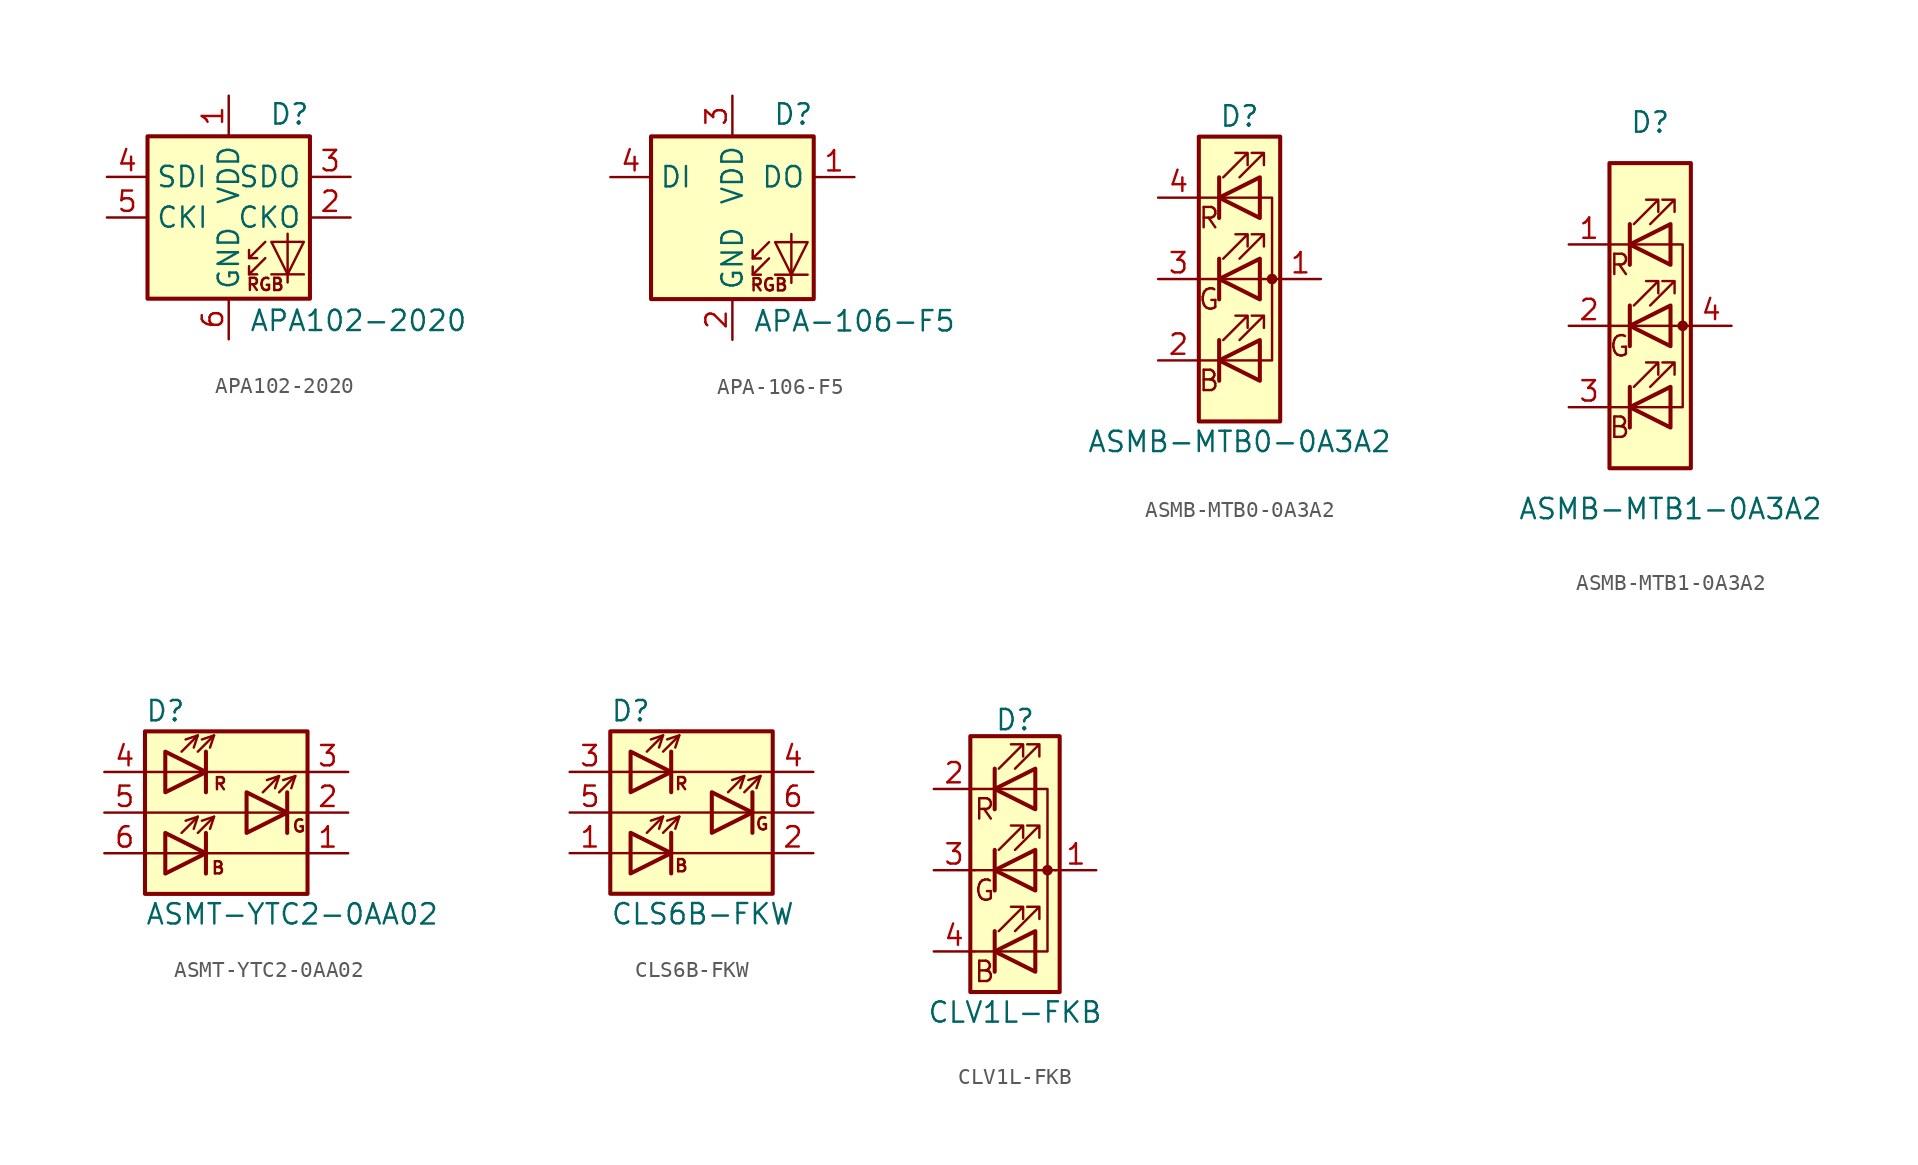
<source format=kicad_sym>
(kicad_symbol_lib
  (version 20201005)
  (generator kicad_symbol_editor)
  (symbol "LED:APA102-2020"
    (property "Reference" "D"
      (at 5.08 5.715 0)
      (effects (font (size 1.27 1.27)) (justify right bottom)))
    (property "Value" "APA102-2020"
      (at 1.27 -5.715 0)
      (effects (font (size 1.27 1.27)) (justify left top)))
    (symbol "APA102-2020_0_0"
      (text "RGB" (at 2.286 -4.191 0) (effects (font (size 0.762 0.762)))))
    (symbol "APA102-2020_0_1"
      (rectangle (start 5.08 5.08) (end -5.08 -5.08) (stroke (width 0.254)) (fill (type background)))
      (polyline (pts (xy 1.27 -3.556) (xy 1.778 -3.556)) (stroke (width 0)) (fill (type none)))
      (polyline (pts (xy 1.27 -2.54) (xy 1.778 -2.54)) (stroke (width 0)) (fill (type none)))
      (polyline (pts (xy 4.699 -3.556) (xy 2.667 -3.556)) (stroke (width 0)) (fill (type none)))
      (polyline (pts (xy 2.286 -2.54) (xy 1.27 -3.556) (xy 1.27 -3.048)) (stroke (width 0)) (fill (type none)))
      (polyline (pts (xy 2.286 -1.524) (xy 1.27 -2.54) (xy 1.27 -2.032)) (stroke (width 0)) (fill (type none)))
      (polyline (pts (xy 3.683 -1.016) (xy 3.683 -3.556) (xy 3.683 -4.064)) (stroke (width 0)) (fill (type none)))
      (polyline (pts (xy 4.699 -1.524) (xy 2.667 -1.524) (xy 3.683 -3.556) (xy 4.699 -1.524)) (stroke (width 0)) (fill (type none))))
    (symbol "APA102-2020_1_1"
      (pin power_in line (at 0 7.62 270) (length 2.54) (name "VDD" (effects (font (size 1.27 1.27)))) (number "1" (effects (font (size 1.27 1.27)))))
      (pin output line (at 7.62 0 180) (length 2.54) (name "CKO" (effects (font (size 1.27 1.27)))) (number "2" (effects (font (size 1.27 1.27)))))
      (pin output line (at 7.62 2.54 180) (length 2.54) (name "SDO" (effects (font (size 1.27 1.27)))) (number "3" (effects (font (size 1.27 1.27)))))
      (pin input line (at -7.62 2.54 0) (length 2.54) (name "SDI" (effects (font (size 1.27 1.27)))) (number "4" (effects (font (size 1.27 1.27)))))
      (pin input line (at -7.62 0 0) (length 2.54) (name "CKI" (effects (font (size 1.27 1.27)))) (number "5" (effects (font (size 1.27 1.27)))))
      (pin power_in line (at 0 -7.62 90) (length 2.54) (name "GND" (effects (font (size 1.27 1.27)))) (number "6" (effects (font (size 1.27 1.27)))))))
  (symbol "LED:APA-106-F5"
    (property "Reference" "D"
      (at 5.08 5.715 0)
      (effects (font (size 1.27 1.27)) (justify right bottom)))
    (property "Value" "APA-106-F5"
      (at 1.27 -5.715 0)
      (effects (font (size 1.27 1.27)) (justify left top)))
    (symbol "APA-106-F5_0_0"
      (text "RGB" (at 2.286 -4.191 0) (effects (font (size 0.762 0.762)))))
    (symbol "APA-106-F5_0_1"
      (rectangle (start 5.08 5.08) (end -5.08 -5.08) (stroke (width 0.254)) (fill (type background)))
      (polyline (pts (xy 1.27 -3.556) (xy 1.778 -3.556)) (stroke (width 0)) (fill (type none)))
      (polyline (pts (xy 1.27 -2.54) (xy 1.778 -2.54)) (stroke (width 0)) (fill (type none)))
      (polyline (pts (xy 4.699 -3.556) (xy 2.667 -3.556)) (stroke (width 0)) (fill (type none)))
      (polyline (pts (xy 2.286 -2.54) (xy 1.27 -3.556) (xy 1.27 -3.048)) (stroke (width 0)) (fill (type none)))
      (polyline (pts (xy 2.286 -1.524) (xy 1.27 -2.54) (xy 1.27 -2.032)) (stroke (width 0)) (fill (type none)))
      (polyline (pts (xy 3.683 -1.016) (xy 3.683 -3.556) (xy 3.683 -4.064)) (stroke (width 0)) (fill (type none)))
      (polyline (pts (xy 4.699 -1.524) (xy 2.667 -1.524) (xy 3.683 -3.556) (xy 4.699 -1.524)) (stroke (width 0)) (fill (type none))))
    (symbol "APA-106-F5_1_1"
      (pin output line (at 7.62 2.54 180) (length 2.54) (name "DO" (effects (font (size 1.27 1.27)))) (number "1" (effects (font (size 1.27 1.27)))))
      (pin power_in line (at 0 -7.62 90) (length 2.54) (name "GND" (effects (font (size 1.27 1.27)))) (number "2" (effects (font (size 1.27 1.27)))))
      (pin power_in line (at 0 7.62 270) (length 2.54) (name "VDD" (effects (font (size 1.27 1.27)))) (number "3" (effects (font (size 1.27 1.27)))))
      (pin input line (at -7.62 2.54 0) (length 2.54) (name "DI" (effects (font (size 1.27 1.27)))) (number "4" (effects (font (size 1.27 1.27)))))))
  (symbol "LED:ASMB-MTB0-0A3A2"
    (pin_names
      (offset 0) hide)
    (property "Reference" "D"
      (at 0 10.16 0)
      (effects (font (size 1.27 1.27))))
    (property "Value" "ASMB-MTB0-0A3A2"
      (at 0 -10.16 0)
      (effects (font (size 1.27 1.27))))
    (symbol "ASMB-MTB0-0A3A2_0_0"
      (text "B" (at -1.905 -6.35 0) (effects (font (size 1.27 1.27))))
      (text "G" (at -1.905 -1.27 0) (effects (font (size 1.27 1.27))))
      (text "R" (at -1.905 3.81 0) (effects (font (size 1.27 1.27)))))
    (symbol "ASMB-MTB0-0A3A2_0_1"
      (circle (center 2.032 0) (radius 0.254) (stroke (width 0)) (fill (type outline)))
      (rectangle (start -2.54 -8.89) (end 2.54 8.89) (stroke (width 0.254)) (fill (type background)))
      (rectangle (start 1.27 6.35) (end 1.27 6.35) (stroke (width 0)) (fill (type none)))
      (polyline (pts (xy -2.54 -5.08) (xy 1.27 -5.08)) (stroke (width 0)) (fill (type none)))
      (polyline (pts (xy -1.27 -3.81) (xy -1.27 -6.35)) (stroke (width 0.254)) (fill (type none)))
      (polyline (pts (xy -1.27 1.27) (xy -1.27 -1.27)) (stroke (width 0.254)) (fill (type none)))
      (polyline (pts (xy -1.27 6.35) (xy -1.27 3.81)) (stroke (width 0.254)) (fill (type none)))
      (polyline (pts (xy 1.27 5.08) (xy -2.54 5.08)) (stroke (width 0)) (fill (type none)))
      (polyline (pts (xy 2.54 0) (xy -2.54 0)) (stroke (width 0)) (fill (type none)))
      (polyline (pts (xy 1.27 -5.08) (xy 2.032 -5.08) (xy 2.032 5.08) (xy 1.27 5.08)) (stroke (width 0)) (fill (type none)))
      (polyline (pts (xy 1.27 -3.81) (xy 1.27 -6.35) (xy -1.27 -5.08) (xy 1.27 -3.81)) (stroke (width 0.254)) (fill (type none)))
      (polyline (pts (xy 1.27 1.27) (xy 1.27 -1.27) (xy -1.27 0) (xy 1.27 1.27)) (stroke (width 0.254)) (fill (type none)))
      (polyline (pts (xy 1.27 6.35) (xy 1.27 3.81) (xy -1.27 5.08) (xy 1.27 6.35)) (stroke (width 0.254)) (fill (type none)))
      (polyline (pts (xy -1.016 -3.81) (xy 0.508 -2.286) (xy -0.254 -2.286) (xy 0.508 -2.286) (xy 0.508 -3.048)) (stroke (width 0)) (fill (type none)))
      (polyline (pts (xy -1.016 1.27) (xy 0.508 2.794) (xy -0.254 2.794) (xy 0.508 2.794) (xy 0.508 2.032)) (stroke (width 0)) (fill (type none)))
      (polyline (pts (xy -1.016 6.35) (xy 0.508 7.874) (xy -0.254 7.874) (xy 0.508 7.874) (xy 0.508 7.112)) (stroke (width 0)) (fill (type none)))
      (polyline (pts (xy 0 -3.81) (xy 1.524 -2.286) (xy 0.762 -2.286) (xy 1.524 -2.286) (xy 1.524 -3.048)) (stroke (width 0)) (fill (type none)))
      (polyline (pts (xy 0 1.27) (xy 1.524 2.794) (xy 0.762 2.794) (xy 1.524 2.794) (xy 1.524 2.032)) (stroke (width 0)) (fill (type none)))
      (polyline (pts (xy 0 6.35) (xy 1.524 7.874) (xy 0.762 7.874) (xy 1.524 7.874) (xy 1.524 7.112)) (stroke (width 0)) (fill (type none))))
    (symbol "ASMB-MTB0-0A3A2_1_1"
      (pin passive line (at 5.08 0 180) (length 2.54) (name "A" (effects (font (size 1.27 1.27)))) (number "1" (effects (font (size 1.27 1.27)))))
      (pin passive line (at -5.08 -5.08 0) (length 2.54) (name "BK" (effects (font (size 1.27 1.27)))) (number "2" (effects (font (size 1.27 1.27)))))
      (pin passive line (at -5.08 0 0) (length 2.54) (name "GK" (effects (font (size 1.27 1.27)))) (number "3" (effects (font (size 1.27 1.27)))))
      (pin passive line (at -5.08 5.08 0) (length 2.54) (name "RK" (effects (font (size 1.27 1.27)))) (number "4" (effects (font (size 1.27 1.27)))))))
  (symbol "LED:ASMB-MTB1-0A3A2"
    (pin_names
      (offset 0) hide)
    (property "Reference" "D"
      (at 0 12.7 0)
      (effects (font (size 1.27 1.27))))
    (property "Value" "ASMB-MTB1-0A3A2"
      (at 1.27 -11.43 0)
      (effects (font (size 1.27 1.27))))
    (symbol "ASMB-MTB1-0A3A2_0_0"
      (text "B" (at -1.905 -6.35 0) (effects (font (size 1.27 1.27))))
      (text "G" (at -1.905 -1.27 0) (effects (font (size 1.27 1.27))))
      (text "R" (at -1.905 3.81 0) (effects (font (size 1.27 1.27)))))
    (symbol "ASMB-MTB1-0A3A2_0_1"
      (circle (center 2.032 0) (radius 0.254) (stroke (width 0)) (fill (type outline)))
      (rectangle (start 1.27 6.35) (end 1.27 6.35) (stroke (width 0)) (fill (type none)))
      (rectangle (start 2.54 -8.89) (end -2.54 10.16) (stroke (width 0.254)) (fill (type background)))
      (polyline (pts (xy -2.54 -5.08) (xy 1.27 -5.08)) (stroke (width 0)) (fill (type none)))
      (polyline (pts (xy -1.27 -3.81) (xy -1.27 -6.35)) (stroke (width 0.254)) (fill (type none)))
      (polyline (pts (xy -1.27 1.27) (xy -1.27 -1.27)) (stroke (width 0.254)) (fill (type none)))
      (polyline (pts (xy -1.27 6.35) (xy -1.27 3.81)) (stroke (width 0.254)) (fill (type none)))
      (polyline (pts (xy 1.27 5.08) (xy -2.54 5.08)) (stroke (width 0)) (fill (type none)))
      (polyline (pts (xy 2.54 0) (xy -2.54 0)) (stroke (width 0)) (fill (type none)))
      (polyline (pts (xy 1.27 -5.08) (xy 2.032 -5.08) (xy 2.032 5.08) (xy 1.27 5.08)) (stroke (width 0)) (fill (type none)))
      (polyline (pts (xy 1.27 -3.81) (xy 1.27 -6.35) (xy -1.27 -5.08) (xy 1.27 -3.81)) (stroke (width 0.254)) (fill (type none)))
      (polyline (pts (xy 1.27 1.27) (xy 1.27 -1.27) (xy -1.27 0) (xy 1.27 1.27)) (stroke (width 0.254)) (fill (type none)))
      (polyline (pts (xy 1.27 6.35) (xy 1.27 3.81) (xy -1.27 5.08) (xy 1.27 6.35)) (stroke (width 0.254)) (fill (type none)))
      (polyline (pts (xy -1.016 -3.81) (xy 0.508 -2.286) (xy -0.254 -2.286) (xy 0.508 -2.286) (xy 0.508 -3.048)) (stroke (width 0)) (fill (type none)))
      (polyline (pts (xy -1.016 1.27) (xy 0.508 2.794) (xy -0.254 2.794) (xy 0.508 2.794) (xy 0.508 2.032)) (stroke (width 0)) (fill (type none)))
      (polyline (pts (xy -1.016 6.35) (xy 0.508 7.874) (xy -0.254 7.874) (xy 0.508 7.874) (xy 0.508 7.112)) (stroke (width 0)) (fill (type none)))
      (polyline (pts (xy 0 -3.81) (xy 1.524 -2.286) (xy 0.762 -2.286) (xy 1.524 -2.286) (xy 1.524 -3.048)) (stroke (width 0)) (fill (type none)))
      (polyline (pts (xy 0 1.27) (xy 1.524 2.794) (xy 0.762 2.794) (xy 1.524 2.794) (xy 1.524 2.032)) (stroke (width 0)) (fill (type none)))
      (polyline (pts (xy 0 6.35) (xy 1.524 7.874) (xy 0.762 7.874) (xy 1.524 7.874) (xy 1.524 7.112)) (stroke (width 0)) (fill (type none))))
    (symbol "ASMB-MTB1-0A3A2_1_1"
      (pin passive line (at -5.08 5.08 0) (length 2.54) (name "RK" (effects (font (size 1.27 1.27)))) (number "1" (effects (font (size 1.27 1.27)))))
      (pin passive line (at -5.08 0 0) (length 2.54) (name "GK" (effects (font (size 1.27 1.27)))) (number "2" (effects (font (size 1.27 1.27)))))
      (pin passive line (at -5.08 -5.08 0) (length 2.54) (name "BK" (effects (font (size 1.27 1.27)))) (number "3" (effects (font (size 1.27 1.27)))))
      (pin passive line (at 5.08 0 180) (length 2.54) (name "A" (effects (font (size 1.27 1.27)))) (number "4" (effects (font (size 1.27 1.27)))))))
  (symbol "LED:ASMT-YTC2-0AA02"
    (pin_names hide)
    (property "Reference" "D"
      (at -5.08 6.35 0)
      (effects (font (size 1.27 1.27)) (justify left)))
    (property "Value" "ASMT-YTC2-0AA02"
      (at -5.08 -6.35 0)
      (effects (font (size 1.27 1.27)) (justify left)))
    (symbol "ASMT-YTC2-0AA02_0_0"
      (text "B" (at -0.508 -3.454 0) (effects (font (size 0.762 0.762))))
      (text "G" (at 4.547 -0.838 0) (effects (font (size 0.762 0.762))))
      (text "R" (at -0.381 1.803 0) (effects (font (size 0.762 0.762)))))
    (symbol "ASMT-YTC2-0AA02_0_1"
      (rectangle (start -5.08 5.08) (end 5.08 -5.08) (stroke (width 0.254)) (fill (type background)))
      (polyline (pts (xy -5.08 -2.54) (xy 5.08 -2.54)) (stroke (width 0)) (fill (type none)))
      (polyline (pts (xy -5.08 0) (xy 5.08 0)) (stroke (width 0)) (fill (type none)))
      (polyline (pts (xy -5.08 2.54) (xy 5.08 2.54)) (stroke (width 0)) (fill (type none)))
      (polyline (pts (xy -2.794 -1.27) (xy -1.778 -0.254)) (stroke (width 0)) (fill (type none)))
      (polyline (pts (xy -2.794 3.81) (xy -1.778 4.826)) (stroke (width 0)) (fill (type none)))
      (polyline (pts (xy -1.778 -1.27) (xy -0.762 -0.254)) (stroke (width 0)) (fill (type none)))
      (polyline (pts (xy -1.778 3.81) (xy -0.762 4.826)) (stroke (width 0)) (fill (type none)))
      (polyline (pts (xy -1.27 -1.27) (xy -1.27 -3.81)) (stroke (width 0.254)) (fill (type none)))
      (polyline (pts (xy -1.27 3.81) (xy -1.27 1.27)) (stroke (width 0.254)) (fill (type none)))
      (polyline (pts (xy 2.286 1.27) (xy 3.302 2.286)) (stroke (width 0)) (fill (type none)))
      (polyline (pts (xy 3.302 1.27) (xy 4.318 2.286)) (stroke (width 0)) (fill (type none)))
      (polyline (pts (xy 3.81 1.27) (xy 3.81 -1.27)) (stroke (width 0.254)) (fill (type none)))
      (polyline (pts (xy -2.54 4.572) (xy -1.778 4.826) (xy -2.032 4.064)) (stroke (width 0)) (fill (type none)))
      (polyline (pts (xy -2.032 -1.016) (xy -1.778 -0.254) (xy -2.54 -0.508)) (stroke (width 0)) (fill (type none)))
      (polyline (pts (xy -1.524 -0.508) (xy -0.762 -0.254) (xy -1.016 -1.016)) (stroke (width 0)) (fill (type none)))
      (polyline (pts (xy -1.524 4.572) (xy -0.762 4.826) (xy -1.016 4.064)) (stroke (width 0)) (fill (type none)))
      (polyline (pts (xy 3.048 1.524) (xy 3.302 2.286) (xy 2.54 2.032)) (stroke (width 0)) (fill (type none)))
      (polyline (pts (xy 3.556 2.032) (xy 4.318 2.286) (xy 4.064 1.524)) (stroke (width 0)) (fill (type none)))
      (polyline (pts (xy -3.81 -1.27) (xy -3.81 -3.81) (xy -1.27 -2.54) (xy -3.81 -1.27)) (stroke (width 0.254)) (fill (type none)))
      (polyline (pts (xy -3.81 3.81) (xy -3.81 1.27) (xy -1.27 2.54) (xy -3.81 3.81)) (stroke (width 0.254)) (fill (type none)))
      (polyline (pts (xy 1.27 1.27) (xy 1.27 -1.27) (xy 3.81 0) (xy 1.27 1.27)) (stroke (width 0.254)) (fill (type none))))
    (symbol "ASMT-YTC2-0AA02_1_1"
      (pin passive line (at 7.62 -2.54 180) (length 2.54) (name "KB" (effects (font (size 1.27 1.27)))) (number "1" (effects (font (size 1.27 1.27)))))
      (pin passive line (at 7.62 0 180) (length 2.54) (name "KG" (effects (font (size 1.27 1.27)))) (number "2" (effects (font (size 1.27 1.27)))))
      (pin passive line (at 7.62 2.54 180) (length 2.54) (name "KR" (effects (font (size 1.27 1.27)))) (number "3" (effects (font (size 1.27 1.27)))))
      (pin passive line (at -7.62 2.54 0) (length 2.54) (name "AR" (effects (font (size 1.27 1.27)))) (number "4" (effects (font (size 1.27 1.27)))))
      (pin passive line (at -7.62 0 0) (length 2.54) (name "AG" (effects (font (size 1.27 1.27)))) (number "5" (effects (font (size 1.27 1.27)))))
      (pin passive line (at -7.62 -2.54 0) (length 2.54) (name "AB" (effects (font (size 1.27 1.27)))) (number "6" (effects (font (size 1.27 1.27)))))))
  (symbol "LED:CLS6B-FKW"
    (pin_names hide)
    (property "Reference" "D"
      (at -5.08 6.35 0)
      (effects (font (size 1.27 1.27)) (justify left)))
    (property "Value" "CLS6B-FKW"
      (at -5.08 -6.35 0)
      (effects (font (size 1.27 1.27)) (justify left)))
    (symbol "CLS6B-FKW_0_0"
      (text "B" (at -0.635 -3.327 0) (effects (font (size 0.762 0.762))))
      (text "G" (at 4.42 -0.711 0) (effects (font (size 0.762 0.762))))
      (text "R" (at -0.635 1.803 0) (effects (font (size 0.762 0.762)))))
    (symbol "CLS6B-FKW_0_1"
      (rectangle (start -5.08 5.08) (end 5.08 -5.08) (stroke (width 0.254)) (fill (type background)))
      (polyline (pts (xy -5.08 -2.54) (xy 5.08 -2.54)) (stroke (width 0)) (fill (type none)))
      (polyline (pts (xy -5.08 0) (xy 5.08 0)) (stroke (width 0)) (fill (type none)))
      (polyline (pts (xy -5.08 2.54) (xy 5.08 2.54)) (stroke (width 0)) (fill (type none)))
      (polyline (pts (xy -2.794 -1.27) (xy -1.778 -0.254)) (stroke (width 0)) (fill (type none)))
      (polyline (pts (xy -2.794 3.81) (xy -1.778 4.826)) (stroke (width 0)) (fill (type none)))
      (polyline (pts (xy -1.778 -1.27) (xy -0.762 -0.254)) (stroke (width 0)) (fill (type none)))
      (polyline (pts (xy -1.778 3.81) (xy -0.762 4.826)) (stroke (width 0)) (fill (type none)))
      (polyline (pts (xy -1.27 -1.27) (xy -1.27 -3.81)) (stroke (width 0.254)) (fill (type none)))
      (polyline (pts (xy -1.27 3.81) (xy -1.27 1.27)) (stroke (width 0.254)) (fill (type none)))
      (polyline (pts (xy 2.286 1.27) (xy 3.302 2.286)) (stroke (width 0)) (fill (type none)))
      (polyline (pts (xy 3.302 1.27) (xy 4.318 2.286)) (stroke (width 0)) (fill (type none)))
      (polyline (pts (xy 3.81 1.27) (xy 3.81 -1.27)) (stroke (width 0.254)) (fill (type none)))
      (polyline (pts (xy -2.54 4.572) (xy -1.778 4.826) (xy -2.032 4.064)) (stroke (width 0)) (fill (type none)))
      (polyline (pts (xy -2.032 -1.016) (xy -1.778 -0.254) (xy -2.54 -0.508)) (stroke (width 0)) (fill (type none)))
      (polyline (pts (xy -1.524 -0.508) (xy -0.762 -0.254) (xy -1.016 -1.016)) (stroke (width 0)) (fill (type none)))
      (polyline (pts (xy -1.524 4.572) (xy -0.762 4.826) (xy -1.016 4.064)) (stroke (width 0)) (fill (type none)))
      (polyline (pts (xy 3.048 1.524) (xy 3.302 2.286) (xy 2.54 2.032)) (stroke (width 0)) (fill (type none)))
      (polyline (pts (xy 3.556 2.032) (xy 4.318 2.286) (xy 4.064 1.524)) (stroke (width 0)) (fill (type none)))
      (polyline (pts (xy -3.81 -1.27) (xy -3.81 -3.81) (xy -1.27 -2.54) (xy -3.81 -1.27)) (stroke (width 0.254)) (fill (type none)))
      (polyline (pts (xy -3.81 3.81) (xy -3.81 1.27) (xy -1.27 2.54) (xy -3.81 3.81)) (stroke (width 0.254)) (fill (type none)))
      (polyline (pts (xy 1.27 1.27) (xy 1.27 -1.27) (xy 3.81 0) (xy 1.27 1.27)) (stroke (width 0.254)) (fill (type none))))
    (symbol "CLS6B-FKW_1_1"
      (pin passive line (at -7.62 -2.54 0) (length 2.54) (name "AB" (effects (font (size 1.27 1.27)))) (number "1" (effects (font (size 1.27 1.27)))))
      (pin passive line (at 7.62 -2.54 180) (length 2.54) (name "KB" (effects (font (size 1.27 1.27)))) (number "2" (effects (font (size 1.27 1.27)))))
      (pin passive line (at -7.62 2.54 0) (length 2.54) (name "AR" (effects (font (size 1.27 1.27)))) (number "3" (effects (font (size 1.27 1.27)))))
      (pin passive line (at 7.62 2.54 180) (length 2.54) (name "KR" (effects (font (size 1.27 1.27)))) (number "4" (effects (font (size 1.27 1.27)))))
      (pin passive line (at -7.62 0 0) (length 2.54) (name "AG" (effects (font (size 1.27 1.27)))) (number "5" (effects (font (size 1.27 1.27)))))
      (pin passive line (at 7.62 0 180) (length 2.54) (name "KR" (effects (font (size 1.27 1.27)))) (number "6" (effects (font (size 1.27 1.27)))))))
  (symbol "LED:CLV1L-FKB"
    (pin_names
      (offset 0) hide)
    (property "Reference" "D"
      (at 0 9.398 0)
      (effects (font (size 1.27 1.27))))
    (property "Value" "CLV1L-FKB"
      (at 0 -8.89 0)
      (effects (font (size 1.27 1.27))))
    (symbol "CLV1L-FKB_0_0"
      (text "B" (at -1.905 -6.35 0) (effects (font (size 1.27 1.27))))
      (text "G" (at -1.905 -1.27 0) (effects (font (size 1.27 1.27))))
      (text "R" (at -1.905 3.81 0) (effects (font (size 1.27 1.27)))))
    (symbol "CLV1L-FKB_0_1"
      (circle (center 2.032 0) (radius 0.254) (stroke (width 0)) (fill (type outline)))
      (rectangle (start 1.27 6.35) (end 1.27 6.35) (stroke (width 0)) (fill (type none)))
      (rectangle (start 2.794 8.382) (end -2.794 -7.62) (stroke (width 0.254)) (fill (type background)))
      (polyline (pts (xy -2.54 -5.08) (xy 1.27 -5.08)) (stroke (width 0)) (fill (type none)))
      (polyline (pts (xy -1.27 -3.81) (xy -1.27 -6.35)) (stroke (width 0.254)) (fill (type none)))
      (polyline (pts (xy -1.27 1.27) (xy -1.27 -1.27)) (stroke (width 0.254)) (fill (type none)))
      (polyline (pts (xy -1.27 6.35) (xy -1.27 3.81)) (stroke (width 0.254)) (fill (type none)))
      (polyline (pts (xy 1.27 5.08) (xy -2.54 5.08)) (stroke (width 0)) (fill (type none)))
      (polyline (pts (xy 2.54 0) (xy -2.54 0)) (stroke (width 0)) (fill (type none)))
      (polyline (pts (xy 1.27 -5.08) (xy 2.032 -5.08) (xy 2.032 5.08) (xy 1.27 5.08)) (stroke (width 0)) (fill (type none)))
      (polyline (pts (xy 1.27 -3.81) (xy 1.27 -6.35) (xy -1.27 -5.08) (xy 1.27 -3.81)) (stroke (width 0.254)) (fill (type none)))
      (polyline (pts (xy 1.27 1.27) (xy 1.27 -1.27) (xy -1.27 0) (xy 1.27 1.27)) (stroke (width 0.254)) (fill (type none)))
      (polyline (pts (xy 1.27 6.35) (xy 1.27 3.81) (xy -1.27 5.08) (xy 1.27 6.35)) (stroke (width 0.254)) (fill (type none)))
      (polyline (pts (xy -1.016 -3.81) (xy 0.508 -2.286) (xy -0.254 -2.286) (xy 0.508 -2.286) (xy 0.508 -3.048)) (stroke (width 0)) (fill (type none)))
      (polyline (pts (xy -1.016 1.27) (xy 0.508 2.794) (xy -0.254 2.794) (xy 0.508 2.794) (xy 0.508 2.032)) (stroke (width 0)) (fill (type none)))
      (polyline (pts (xy -1.016 6.35) (xy 0.508 7.874) (xy -0.254 7.874) (xy 0.508 7.874) (xy 0.508 7.112)) (stroke (width 0)) (fill (type none)))
      (polyline (pts (xy 0 -3.81) (xy 1.524 -2.286) (xy 0.762 -2.286) (xy 1.524 -2.286) (xy 1.524 -3.048)) (stroke (width 0)) (fill (type none)))
      (polyline (pts (xy 0 1.27) (xy 1.524 2.794) (xy 0.762 2.794) (xy 1.524 2.794) (xy 1.524 2.032)) (stroke (width 0)) (fill (type none)))
      (polyline (pts (xy 0 6.35) (xy 1.524 7.874) (xy 0.762 7.874) (xy 1.524 7.874) (xy 1.524 7.112)) (stroke (width 0)) (fill (type none))))
    (symbol "CLV1L-FKB_1_1"
      (pin passive line (at 5.08 0 180) (length 2.54) (name "A" (effects (font (size 1.27 1.27)))) (number "1" (effects (font (size 1.27 1.27)))))
      (pin passive line (at -5.08 5.08 0) (length 2.54) (name "RK" (effects (font (size 1.27 1.27)))) (number "2" (effects (font (size 1.27 1.27)))))
      (pin passive line (at -5.08 0 0) (length 2.54) (name "GK" (effects (font (size 1.27 1.27)))) (number "3" (effects (font (size 1.27 1.27)))))
      (pin passive line (at -5.08 -5.08 0) (length 2.54) (name "BK" (effects (font (size 1.27 1.27)))) (number "4" (effects (font (size 1.27 1.27))))))))
</source>
